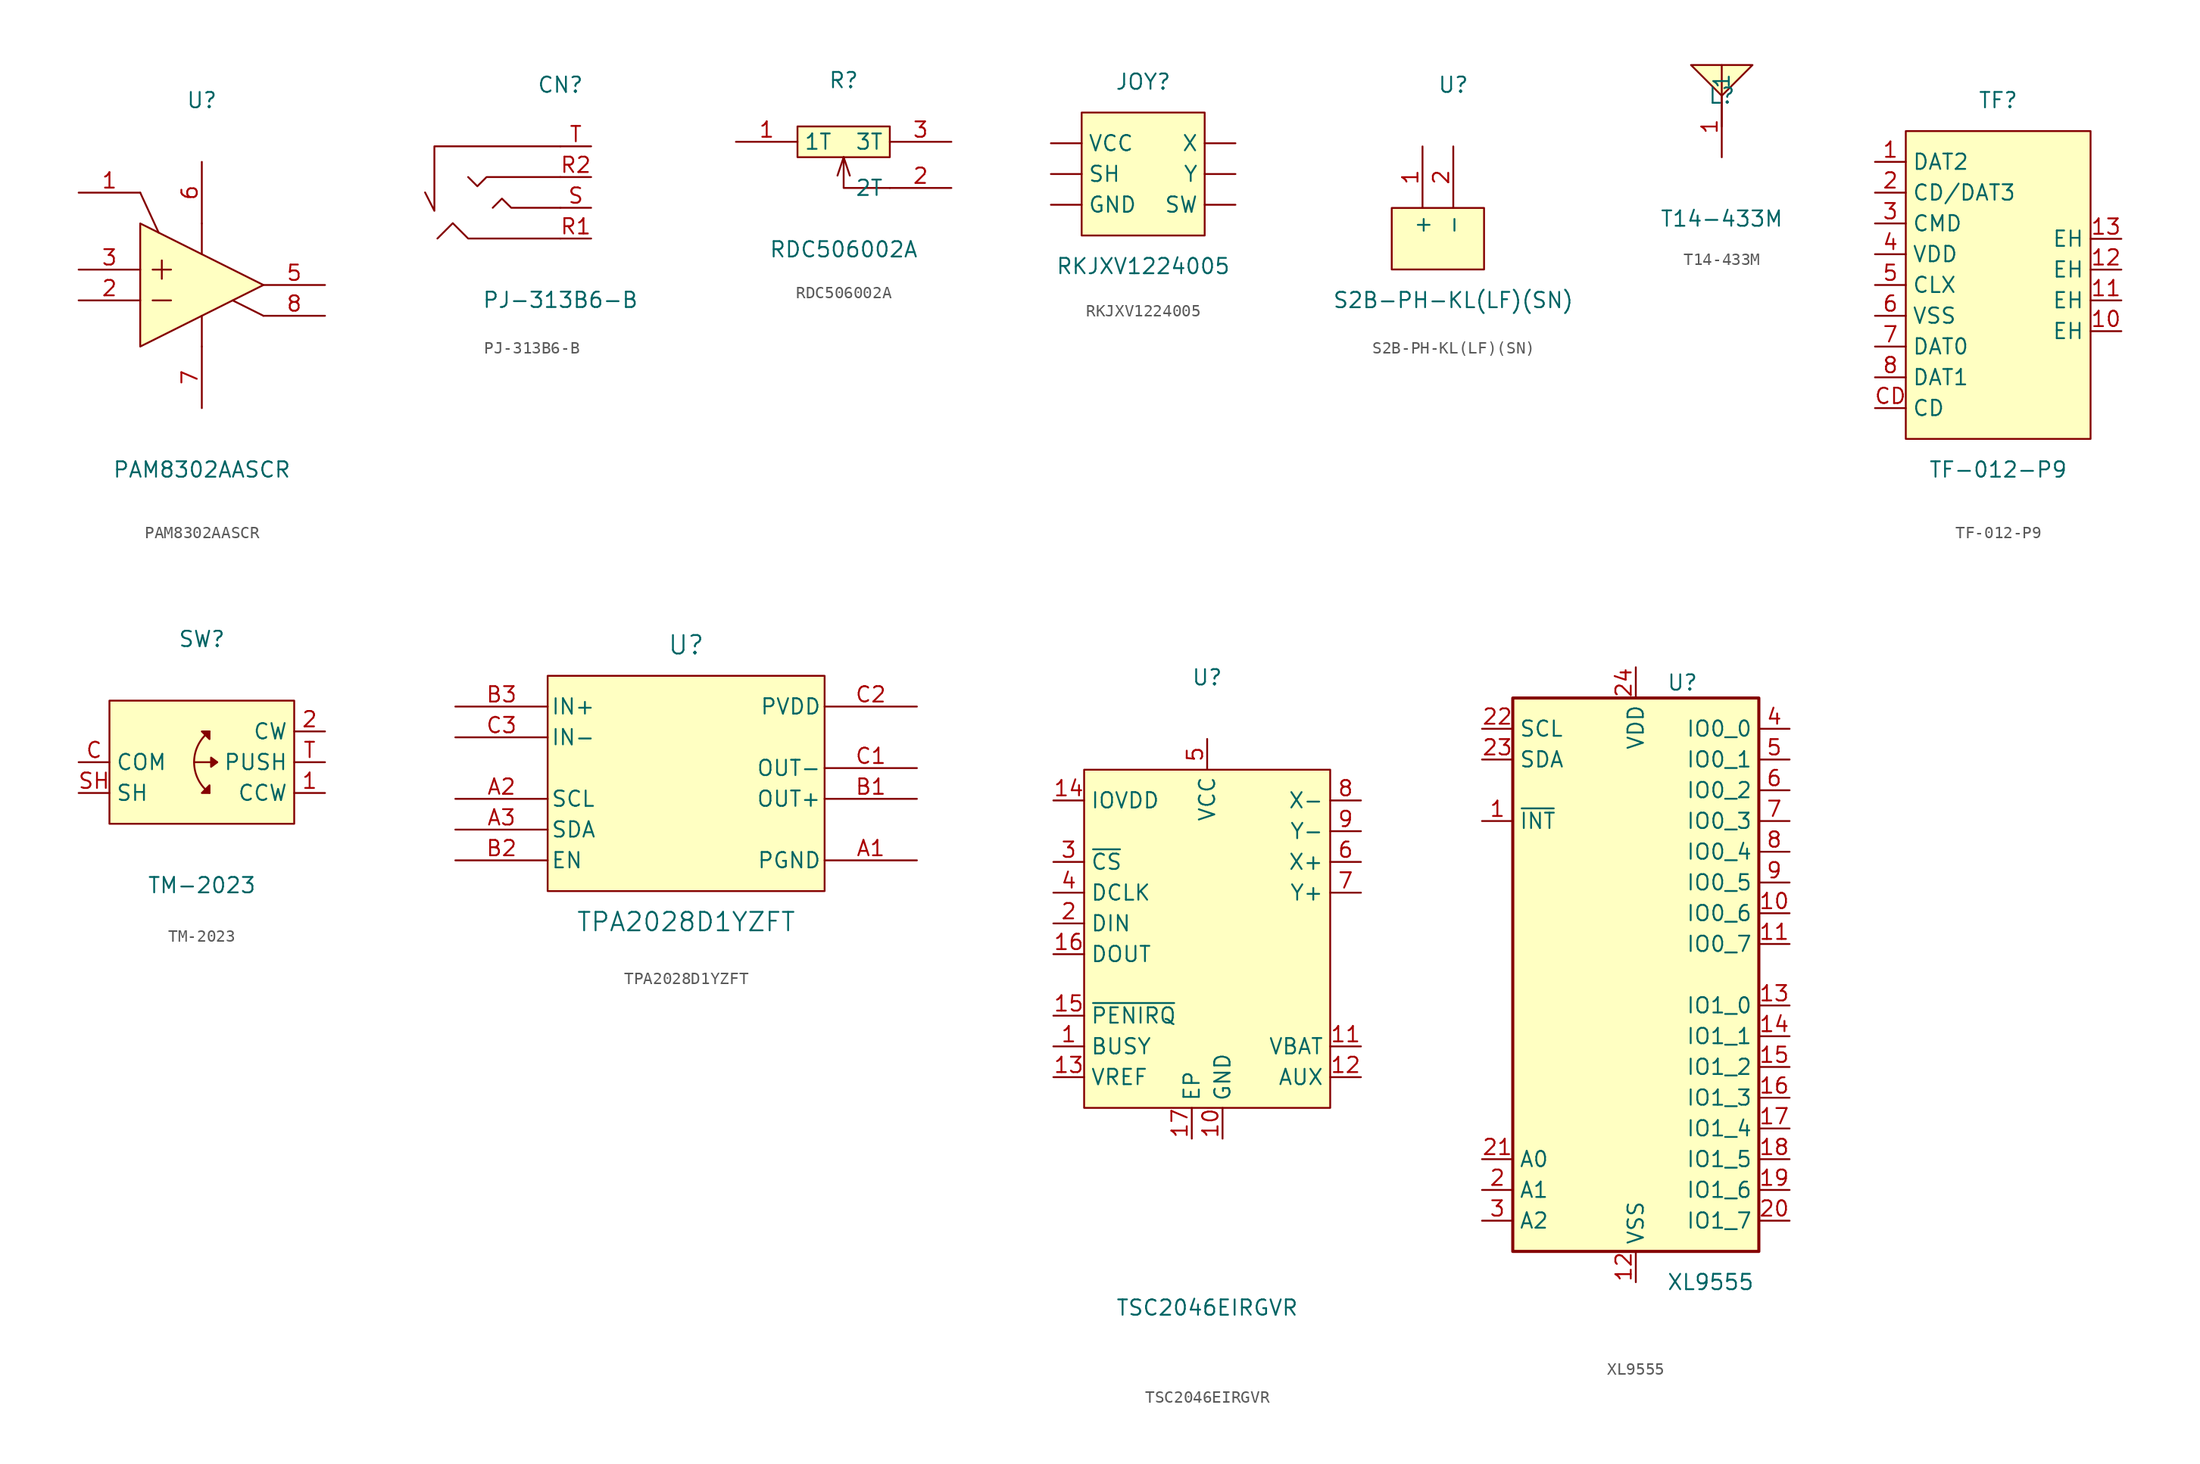
<source format=kicad_sym>
(kicad_symbol_lib
  (version 20241209)
  (generator "kicad_symbol_editor")
  (generator_version "9.0")
  (symbol "PAM8302AASCR"
    (pin_names
      (hide yes))
    (property "Reference" "U"
      (at 0 13.97 0)
      (effects (font (size 1.27 1.27))))
    (property "Value" "PAM8302AASCR"
      (at 0 -16.51 0)
      (effects (font (size 1.27 1.27))))
    (symbol "PAM8302AASCR_0_1"
      (polyline (pts (xy -5.08 -6.35) (xy 5.08 -1.27) (xy -5.08 3.81) (xy -5.08 -6.35)) (stroke (width 0) (type default)) (fill (type background)))
      (polyline (pts (xy -4.06 0) (xy -2.54 0)) (stroke (width 0) (type default)) (fill (type none)))
      (polyline (pts (xy -4.06 -2.54) (xy -2.54 -2.54)) (stroke (width 0) (type default)) (fill (type none)))
      (polyline (pts (xy -3.56 3.05) (xy -5.08 6.35)) (stroke (width 0) (type default)) (fill (type none)))
      (polyline (pts (xy -3.3 0.76) (xy -3.3 -0.76)) (stroke (width 0) (type default)) (fill (type none)))
      (polyline (pts (xy 0 3.81) (xy 0 1.27)) (stroke (width 0) (type default)) (fill (type none)))
      (polyline (pts (xy 0 -3.81) (xy 0 -6.35)) (stroke (width 0) (type default)) (fill (type none)))
      (polyline (pts (xy 2.54 -2.54) (xy 5.08 -3.81)) (stroke (width 0) (type default)) (fill (type none)))
      (pin power_in line (at 0 8.89 270) (length 5.08) (name "VDD" (effects (font (size 1.27 1.27)))) (number "6" (effects (font (size 1.27 1.27)))))
      (pin power_in line (at 0 -11.43 90) (length 5.08) (name "GND" (effects (font (size 1.27 1.27)))) (number "7" (effects (font (size 1.27 1.27)))))
      (pin output line (at 10.16 -1.27 180) (length 5.08) (name "VO+" (effects (font (size 1.27 1.27)))) (number "5" (effects (font (size 1.27 1.27))))))
    (symbol "PAM8302AASCR_1_1"
      (pin input line (at -10.16 6.35 0) (length 5.08) (name "~{SD}" (effects (font (size 1.27 1.27)))) (number "1" (effects (font (size 1.27 1.27)))))
      (pin input line (at -10.16 0 0) (length 5.08) (name "IN+" (effects (font (size 1.27 1.27)))) (number "3" (effects (font (size 1.27 1.27)))))
      (pin input line (at -10.16 -2.54 0) (length 5.08) (name "IN-" (effects (font (size 1.27 1.27)))) (number "2" (effects (font (size 1.27 1.27)))))
      (pin no_connect line (at -10.16 -8.89 0) (length 5.08) (hide yes) (name "NC" (effects (font (size 1.27 1.27)))) (number "8" (effects (font (size 1.27 1.27)))))
      (pin output line (at 10.16 -3.81 180) (length 5.08) (name "VO-" (effects (font (size 1.27 1.27)))) (number "8" (effects (font (size 1.27 1.27)))))))
  (symbol "PJ-313B6-B"
    (pin_names
      (hide yes))
    (property "Reference" "CN"
      (at 0 7.62 0)
      (effects (font (size 1.27 1.27))))
    (property "Value" "PJ-313B6-B"
      (at 0 -10.16 0)
      (effects (font (size 1.27 1.27))))
    (symbol "PJ-313B6-B_0_1"
      (polyline (pts (xy 0 2.54) (xy -10.41 2.54) (xy -10.41 -2.79) (xy -11.18 -1.27)) (stroke (width 0) (type default)) (fill (type none)))
      (polyline (pts (xy 0 0) (xy -6.1 0) (xy -6.86 -0.76) (xy -7.62 0)) (stroke (width 0) (type default)) (fill (type none)))
      (polyline (pts (xy 0 -2.54) (xy -4.06 -2.54) (xy -4.83 -1.78) (xy -5.59 -2.54)) (stroke (width 0) (type default)) (fill (type none)))
      (polyline (pts (xy 0 -5.08) (xy -7.62 -5.08) (xy -8.89 -3.81) (xy -10.16 -5.08)) (stroke (width 0) (type default)) (fill (type none))))
    (symbol "PJ-313B6-B_1_1"
      (pin passive line (at 2.54 2.54 180) (length 2.54) (name "~" (effects (font (size 1.27 1.27)))) (number "T" (effects (font (size 1.27 1.27)))))
      (pin passive line (at 2.54 0 180) (length 2.54) (name "~" (effects (font (size 1.27 1.27)))) (number "R2" (effects (font (size 1.27 1.27)))))
      (pin passive line (at 2.54 -2.54 180) (length 2.54) (name "~" (effects (font (size 1.27 1.27)))) (number "S" (effects (font (size 1.27 1.27)))))
      (pin passive line (at 2.54 -5.08 180) (length 2.54) (name "~" (effects (font (size 1.27 1.27)))) (number "R1" (effects (font (size 1.27 1.27)))))))
  (symbol "RDC506002A"
    (property "Reference" "R"
      (at 0 7.62 0)
      (effects (font (size 1.27 1.27))))
    (property "Value" "RDC506002A"
      (at 0 -6.35 0)
      (effects (font (size 1.27 1.27))))
    (symbol "RDC506002A_0_1"
      (rectangle (start -3.81 3.81) (end 3.81 1.27) (stroke (width 0) (type default)) (fill (type background)))
      (polyline (pts (xy 0 1.27) (xy -0.51 -0.25)) (stroke (width 0) (type default)) (fill (type none)))
      (polyline (pts (xy 0 1.27) (xy 0.51 -0.25)) (stroke (width 0) (type default)) (fill (type none)))
      (polyline (pts (xy 3.81 -1.27) (xy 0 -1.27) (xy 0 1.27)) (stroke (width 0) (type default)) (fill (type none))))
    (symbol "RDC506002A_1_1"
      (pin passive line (at -8.89 2.54 0) (length 5.08) (name "1T" (effects (font (size 1.27 1.27)))) (number "1" (effects (font (size 1.27 1.27)))))
      (pin passive line (at 8.89 2.54 180) (length 5.08) (name "3T" (effects (font (size 1.27 1.27)))) (number "3" (effects (font (size 1.27 1.27)))))
      (pin passive line (at 8.89 -1.27 180) (length 5.08) (name "2T" (effects (font (size 1.27 1.27)))) (number "2" (effects (font (size 1.27 1.27)))))))
  (symbol "RKJXV1224005"
    (pin_numbers
      (hide yes))
    (property "Reference" "JOY"
      (at 0 7.62 0)
      (effects (font (size 1.27 1.27))))
    (property "Value" "RKJXV1224005"
      (at 0 -7.62 0)
      (effects (font (size 1.27 1.27))))
    (symbol "RKJXV1224005_1_1"
      (rectangle (start -5.08 5.08) (end 5.08 -5.08) (stroke (width 0) (type default)) (fill (type background)))
      (pin power_in line (at -7.62 2.54 0) (length 2.54) (name "VCC" (effects (font (size 1.27 1.27)))) (number "VCC" (effects (font (size 1.27 1.27)))))
      (pin passive line (at -7.62 0 0) (length 2.54) (name "SH" (effects (font (size 1.27 1.27)))) (number "SH" (effects (font (size 1.27 1.27)))))
      (pin power_in line (at -7.62 -2.54 0) (length 2.54) (name "GND" (effects (font (size 1.27 1.27)))) (number "GND" (effects (font (size 1.27 1.27)))))
      (pin output line (at 7.62 2.54 180) (length 2.54) (name "X" (effects (font (size 1.27 1.27)))) (number "X" (effects (font (size 1.27 1.27)))))
      (pin output line (at 7.62 0 180) (length 2.54) (name "Y" (effects (font (size 1.27 1.27)))) (number "Y" (effects (font (size 1.27 1.27)))))
      (pin output line (at 7.62 -2.54 180) (length 2.54) (name "SW" (effects (font (size 1.27 1.27)))) (number "SW" (effects (font (size 1.27 1.27)))))))
  (symbol "S2B-PH-KL(LF)(SN)"
    (property "Reference" "U"
      (at 0 10.16 0)
      (effects (font (size 1.27 1.27))))
    (property "Value" "S2B-PH-KL(LF)(SN)"
      (at 0 -7.62 0)
      (effects (font (size 1.27 1.27))))
    (symbol "S2B-PH-KL(LF)(SN)_0_1"
      (rectangle (start -5.08 0) (end 2.54 -5.08) (stroke (width 0) (type default)) (fill (type background))))
    (symbol "S2B-PH-KL(LF)(SN)_1_1"
      (pin passive line (at -2.54 5.08 270) (length 5.08) (name "+" (effects (font (size 1.27 1.27)))) (number "1" (effects (font (size 1.27 1.27)))))
      (pin power_out line (at 0 5.08 270) (length 5.08) (name "-" (effects (font (size 1.27 1.27)))) (number "2" (effects (font (size 1.27 1.27)))))))
  (symbol "T14-433M"
    (property "Reference" "L"
      (at 0 2.54 0)
      (effects (font (size 1.27 1.27))))
    (property "Value" "T14-433M"
      (at 0 -7.62 0)
      (effects (font (size 1.27 1.27))))
    (symbol "T14-433M_0_1"
      (polyline (pts (xy -2.54 5.08) (xy 2.54 5.08) (xy 0 2.54) (xy -2.54 5.08)) (stroke (width 0) (type default)) (fill (type background)))
      (polyline (pts (xy 0 5.08) (xy 0 0)) (stroke (width 0) (type default)) (fill (type none)))
      (pin unspecified line (at 0 -2.54 90) (length 5.08) (name "1" (effects (font (size 1.27 1.27)))) (number "1" (effects (font (size 1.27 1.27)))))))
  (symbol "TF-012-P9"
    (property "Reference" "TF"
      (at 0 15.24 0)
      (effects (font (size 1.27 1.27))))
    (property "Value" "TF-012-P9"
      (at 0 -15.24 0)
      (effects (font (size 1.27 1.27))))
    (symbol "TF-012-P9_0_1"
      (rectangle (start -7.62 12.7) (end 7.62 -12.7) (stroke (width 0) (type default)) (fill (type background)))
      (pin unspecified line (at -10.16 5.08 0) (length 2.54) (name "CMD" (effects (font (size 1.27 1.27)))) (number "3" (effects (font (size 1.27 1.27))))))
    (symbol "TF-012-P9_1_1"
      (pin bidirectional line (at -10.16 10.16 0) (length 2.54) (name "DAT2" (effects (font (size 1.27 1.27)))) (number "1" (effects (font (size 1.27 1.27)))))
      (pin bidirectional line (at -10.16 7.62 0) (length 2.54) (name "CD/DAT3" (effects (font (size 1.27 1.27)))) (number "2" (effects (font (size 1.27 1.27)))))
      (pin power_in line (at -10.16 2.54 0) (length 2.54) (name "VDD" (effects (font (size 1.27 1.27)))) (number "4" (effects (font (size 1.27 1.27)))))
      (pin input line (at -10.16 0 0) (length 2.54) (name "CLX" (effects (font (size 1.27 1.27)))) (number "5" (effects (font (size 1.27 1.27)))))
      (pin power_in line (at -10.16 -2.54 0) (length 2.54) (name "VSS" (effects (font (size 1.27 1.27)))) (number "6" (effects (font (size 1.27 1.27)))))
      (pin bidirectional line (at -10.16 -5.08 0) (length 2.54) (name "DAT0" (effects (font (size 1.27 1.27)))) (number "7" (effects (font (size 1.27 1.27)))))
      (pin bidirectional line (at -10.16 -7.62 0) (length 2.54) (name "DAT1" (effects (font (size 1.27 1.27)))) (number "8" (effects (font (size 1.27 1.27)))))
      (pin passive line (at -10.16 -10.16 0) (length 2.54) (name "CD" (effects (font (size 1.27 1.27)))) (number "CD" (effects (font (size 1.27 1.27)))))
      (pin passive line (at 10.16 3.81 180) (length 2.54) (name "EH" (effects (font (size 1.27 1.27)))) (number "13" (effects (font (size 1.27 1.27)))))
      (pin passive line (at 10.16 1.27 180) (length 2.54) (name "EH" (effects (font (size 1.27 1.27)))) (number "12" (effects (font (size 1.27 1.27)))))
      (pin passive line (at 10.16 -1.27 180) (length 2.54) (name "EH" (effects (font (size 1.27 1.27)))) (number "11" (effects (font (size 1.27 1.27)))))
      (pin passive line (at 10.16 -3.81 180) (length 2.54) (name "EH" (effects (font (size 1.27 1.27)))) (number "10" (effects (font (size 1.27 1.27)))))))
  (symbol "TM-2023"
    (property "Reference" "SW"
      (at 0 10.16 0)
      (effects (font (size 1.27 1.27))))
    (property "Value" "TM-2023"
      (at 0 -10.16 0)
      (effects (font (size 1.27 1.27))))
    (symbol "TM-2023_0_1"
      (arc (start 0.635 -2.54) (mid -0.6378 0) (end 0.635 2.54) (stroke (width 0) (type default)) (fill (type none))))
    (symbol "TM-2023_1_1"
      (rectangle (start -7.62 5.08) (end 7.62 -5.08) (stroke (width 0) (type default)) (fill (type background)))
      (polyline (pts (xy -0.635 0) (xy 1.27 0)) (stroke (width 0) (type default)) (fill (type none)))
      (polyline (pts (xy 0 -2.54) (xy 0.635 -2.54) (xy 0.635 -1.905) (xy 0 -2.54)) (stroke (width 0) (type default)) (fill (type outline)))
      (polyline (pts (xy 0.635 1.905) (xy 0.635 2.54) (xy 0 2.54) (xy 0.635 1.905)) (stroke (width 0) (type default)) (fill (type outline)))
      (polyline (pts (xy 1.27 0) (xy 0.762 0.381) (xy 0.762 -0.381) (xy 1.27 0)) (stroke (width 0) (type default)) (fill (type outline)))
      (pin input line (at -10.16 0 0) (length 2.54) (name "COM" (effects (font (size 1.27 1.27)))) (number "C" (effects (font (size 1.27 1.27)))))
      (pin passive line (at -10.16 -2.54 0) (length 2.54) (name "SH" (effects (font (size 1.27 1.27)))) (number "SH" (effects (font (size 1.27 1.27)))))
      (pin output line (at 10.16 2.54 180) (length 2.54) (name "CW" (effects (font (size 1.27 1.27)))) (number "2" (effects (font (size 1.27 1.27)))))
      (pin output line (at 10.16 0 180) (length 2.54) (name "PUSH" (effects (font (size 1.27 1.27)))) (number "T" (effects (font (size 1.27 1.27)))))
      (pin output line (at 10.16 -2.54 180) (length 2.54) (name "CCW" (effects (font (size 1.27 1.27)))) (number "1" (effects (font (size 1.27 1.27)))))))
  (symbol "TPA2028D1YZFT"
    (pin_names
      (offset 0.254))
    (property "Reference" "U"
      (at 0 12.7 0)
      (effects (font (size 1.524 1.524))))
    (property "Value" "TPA2028D1YZFT"
      (at 0 -10.16 0)
      (effects (font (size 1.524 1.524))))
    (symbol "TPA2028D1YZFT_0_1"
      (pin input line (at -19.05 7.62 0) (length 7.62) (name "IN+" (effects (font (size 1.27 1.27)))) (number "B3" (effects (font (size 1.27 1.27)))))
      (pin input line (at -19.05 5.08 0) (length 7.62) (name "IN-" (effects (font (size 1.27 1.27)))) (number "C3" (effects (font (size 1.27 1.27)))))
      (pin input line (at -19.05 0 0) (length 7.62) (name "SCL" (effects (font (size 1.27 1.27)))) (number "A2" (effects (font (size 1.27 1.27)))))
      (pin bidirectional line (at -19.05 -2.54 0) (length 7.62) (name "SDA" (effects (font (size 1.27 1.27)))) (number "A3" (effects (font (size 1.27 1.27)))))
      (pin input line (at -19.05 -5.08 0) (length 7.62) (name "EN" (effects (font (size 1.27 1.27)))) (number "B2" (effects (font (size 1.27 1.27)))))
      (pin power_in line (at 19.05 7.62 180) (length 7.62) (name "PVDD" (effects (font (size 1.27 1.27)))) (number "C2" (effects (font (size 1.27 1.27)))))
      (pin output line (at 19.05 2.54 180) (length 7.62) (name "OUT-" (effects (font (size 1.27 1.27)))) (number "C1" (effects (font (size 1.27 1.27)))))
      (pin output line (at 19.05 0 180) (length 7.62) (name "OUT+" (effects (font (size 1.27 1.27)))) (number "B1" (effects (font (size 1.27 1.27)))))
      (pin power_in line (at 19.05 -5.08 180) (length 7.62) (name "PGND" (effects (font (size 1.27 1.27)))) (number "A1" (effects (font (size 1.27 1.27))))))
    (symbol "TPA2028D1YZFT_1_1"
      (rectangle (start -11.43 10.16) (end 11.43 -7.62) (stroke (width 0) (type default)) (fill (type background)))))
  (symbol "TSC2046EIRGVR"
    (property "Reference" "U"
      (at 0 21.59 0)
      (effects (font (size 1.27 1.27))))
    (property "Value" "TSC2046EIRGVR"
      (at 0 -30.48 0)
      (effects (font (size 1.27 1.27))))
    (symbol "TSC2046EIRGVR_0_1"
      (rectangle (start -10.16 13.97) (end 10.16 -13.97) (stroke (width 0) (type default)) (fill (type background))))
    (symbol "TSC2046EIRGVR_1_1"
      (pin power_in line (at -12.7 11.43 0) (length 2.54) (name "IOVDD" (effects (font (size 1.27 1.27)))) (number "14" (effects (font (size 1.27 1.27)))))
      (pin input line (at -12.7 6.35 0) (length 2.54) (name "~{CS}" (effects (font (size 1.27 1.27)))) (number "3" (effects (font (size 1.27 1.27)))))
      (pin input line (at -12.7 3.81 0) (length 2.54) (name "DCLK" (effects (font (size 1.27 1.27)))) (number "4" (effects (font (size 1.27 1.27)))))
      (pin input line (at -12.7 1.27 0) (length 2.54) (name "DIN" (effects (font (size 1.27 1.27)))) (number "2" (effects (font (size 1.27 1.27)))))
      (pin tri_state line (at -12.7 -1.27 0) (length 2.54) (name "DOUT" (effects (font (size 1.27 1.27)))) (number "16" (effects (font (size 1.27 1.27)))))
      (pin open_collector line (at -12.7 -6.35 0) (length 2.54) (name "~{PENIRQ}" (effects (font (size 1.27 1.27)))) (number "15" (effects (font (size 1.27 1.27)))))
      (pin output line (at -12.7 -8.89 0) (length 2.54) (name "BUSY" (effects (font (size 1.27 1.27)))) (number "1" (effects (font (size 1.27 1.27)))))
      (pin passive line (at -12.7 -11.43 0) (length 2.54) (name "VREF" (effects (font (size 1.27 1.27)))) (number "13" (effects (font (size 1.27 1.27)))))
      (pin passive line (at -1.27 -16.51 90) (length 2.54) (name "EP" (effects (font (size 1.27 1.27)))) (number "17" (effects (font (size 1.27 1.27)))))
      (pin power_in line (at 0 16.51 270) (length 2.54) (name "VCC" (effects (font (size 1.27 1.27)))) (number "5" (effects (font (size 1.27 1.27)))))
      (pin power_in line (at 1.27 -16.51 90) (length 2.54) (name "GND" (effects (font (size 1.27 1.27)))) (number "10" (effects (font (size 1.27 1.27)))))
      (pin input line (at 12.7 11.43 180) (length 2.54) (name "X-" (effects (font (size 1.27 1.27)))) (number "8" (effects (font (size 1.27 1.27)))))
      (pin input line (at 12.7 8.89 180) (length 2.54) (name "Y-" (effects (font (size 1.27 1.27)))) (number "9" (effects (font (size 1.27 1.27)))))
      (pin input line (at 12.7 6.35 180) (length 2.54) (name "X+" (effects (font (size 1.27 1.27)))) (number "6" (effects (font (size 1.27 1.27)))))
      (pin input line (at 12.7 3.81 180) (length 2.54) (name "Y+" (effects (font (size 1.27 1.27)))) (number "7" (effects (font (size 1.27 1.27)))))
      (pin input line (at 12.7 -8.89 180) (length 2.54) (name "VBAT" (effects (font (size 1.27 1.27)))) (number "11" (effects (font (size 1.27 1.27)))))
      (pin input line (at 12.7 -11.43 180) (length 2.54) (name "AUX" (effects (font (size 1.27 1.27)))) (number "12" (effects (font (size 1.27 1.27)))))))
  (symbol "XL9555"
    (property "Reference" "U"
      (at 2.54 24.13 0)
      (effects (font (size 1.27 1.27)) (justify left)))
    (property "Value" "XL9555"
      (at 2.54 -25.4 0)
      (effects (font (size 1.27 1.27)) (justify left)))
    (symbol "XL9555_0_1"
      (rectangle (start -10.16 22.86) (end 10.16 -22.86) (stroke (width 0.254) (type default)) (fill (type background))))
    (symbol "XL9555_1_1"
      (pin input line (at -12.7 20.32 0) (length 2.54) (name "SCL" (effects (font (size 1.27 1.27)))) (number "22" (effects (font (size 1.27 1.27)))))
      (pin bidirectional line (at -12.7 17.78 0) (length 2.54) (name "SDA" (effects (font (size 1.27 1.27)))) (number "23" (effects (font (size 1.27 1.27)))))
      (pin open_collector line (at -12.7 12.7 0) (length 2.54) (name "~{INT}" (effects (font (size 1.27 1.27)))) (number "1" (effects (font (size 1.27 1.27)))))
      (pin input line (at -12.7 -15.24 0) (length 2.54) (name "A0" (effects (font (size 1.27 1.27)))) (number "21" (effects (font (size 1.27 1.27)))))
      (pin input line (at -12.7 -17.78 0) (length 2.54) (name "A1" (effects (font (size 1.27 1.27)))) (number "2" (effects (font (size 1.27 1.27)))))
      (pin input line (at -12.7 -20.32 0) (length 2.54) (name "A2" (effects (font (size 1.27 1.27)))) (number "3" (effects (font (size 1.27 1.27)))))
      (pin power_in line (at 0 25.4 270) (length 2.54) (name "VDD" (effects (font (size 1.27 1.27)))) (number "24" (effects (font (size 1.27 1.27)))))
      (pin power_in line (at 0 -25.4 90) (length 2.54) (name "VSS" (effects (font (size 1.27 1.27)))) (number "12" (effects (font (size 1.27 1.27)))))
      (pin bidirectional line (at 12.7 20.32 180) (length 2.54) (name "IO0_0" (effects (font (size 1.27 1.27)))) (number "4" (effects (font (size 1.27 1.27)))))
      (pin bidirectional line (at 12.7 17.78 180) (length 2.54) (name "IO0_1" (effects (font (size 1.27 1.27)))) (number "5" (effects (font (size 1.27 1.27)))))
      (pin bidirectional line (at 12.7 15.24 180) (length 2.54) (name "IO0_2" (effects (font (size 1.27 1.27)))) (number "6" (effects (font (size 1.27 1.27)))))
      (pin bidirectional line (at 12.7 12.7 180) (length 2.54) (name "IO0_3" (effects (font (size 1.27 1.27)))) (number "7" (effects (font (size 1.27 1.27)))))
      (pin bidirectional line (at 12.7 10.16 180) (length 2.54) (name "IO0_4" (effects (font (size 1.27 1.27)))) (number "8" (effects (font (size 1.27 1.27)))))
      (pin bidirectional line (at 12.7 7.62 180) (length 2.54) (name "IO0_5" (effects (font (size 1.27 1.27)))) (number "9" (effects (font (size 1.27 1.27)))))
      (pin bidirectional line (at 12.7 5.08 180) (length 2.54) (name "IO0_6" (effects (font (size 1.27 1.27)))) (number "10" (effects (font (size 1.27 1.27)))))
      (pin bidirectional line (at 12.7 2.54 180) (length 2.54) (name "IO0_7" (effects (font (size 1.27 1.27)))) (number "11" (effects (font (size 1.27 1.27)))))
      (pin bidirectional line (at 12.7 -2.54 180) (length 2.54) (name "IO1_0" (effects (font (size 1.27 1.27)))) (number "13" (effects (font (size 1.27 1.27)))))
      (pin bidirectional line (at 12.7 -5.08 180) (length 2.54) (name "IO1_1" (effects (font (size 1.27 1.27)))) (number "14" (effects (font (size 1.27 1.27)))))
      (pin bidirectional line (at 12.7 -7.62 180) (length 2.54) (name "IO1_2" (effects (font (size 1.27 1.27)))) (number "15" (effects (font (size 1.27 1.27)))))
      (pin bidirectional line (at 12.7 -10.16 180) (length 2.54) (name "IO1_3" (effects (font (size 1.27 1.27)))) (number "16" (effects (font (size 1.27 1.27)))))
      (pin bidirectional line (at 12.7 -12.7 180) (length 2.54) (name "IO1_4" (effects (font (size 1.27 1.27)))) (number "17" (effects (font (size 1.27 1.27)))))
      (pin bidirectional line (at 12.7 -15.24 180) (length 2.54) (name "IO1_5" (effects (font (size 1.27 1.27)))) (number "18" (effects (font (size 1.27 1.27)))))
      (pin bidirectional line (at 12.7 -17.78 180) (length 2.54) (name "IO1_6" (effects (font (size 1.27 1.27)))) (number "19" (effects (font (size 1.27 1.27)))))
      (pin bidirectional line (at 12.7 -20.32 180) (length 2.54) (name "IO1_7" (effects (font (size 1.27 1.27)))) (number "20" (effects (font (size 1.27 1.27))))))))
</source>
